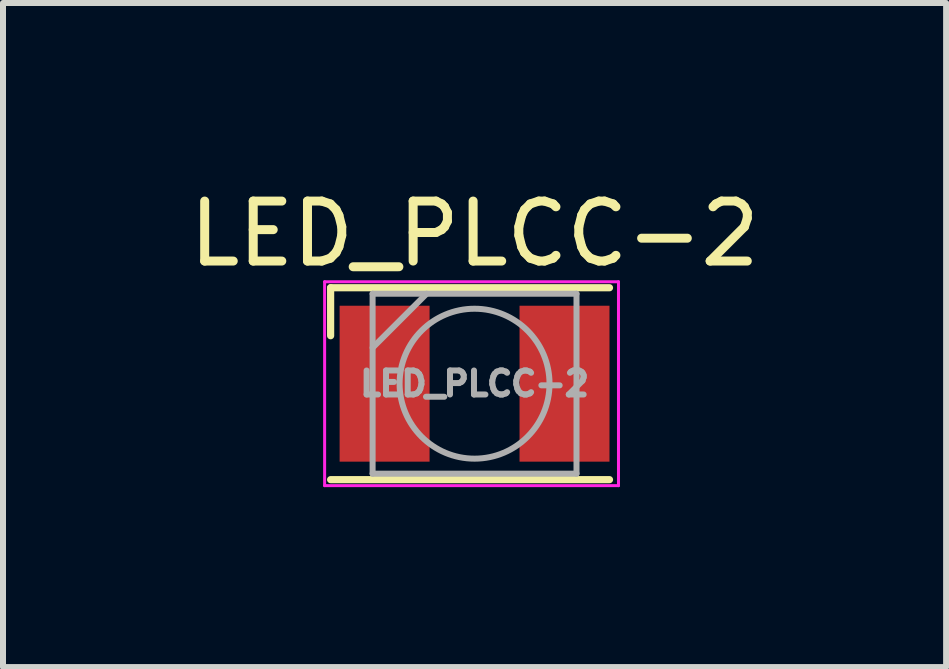
<source format=kicad_pcb>
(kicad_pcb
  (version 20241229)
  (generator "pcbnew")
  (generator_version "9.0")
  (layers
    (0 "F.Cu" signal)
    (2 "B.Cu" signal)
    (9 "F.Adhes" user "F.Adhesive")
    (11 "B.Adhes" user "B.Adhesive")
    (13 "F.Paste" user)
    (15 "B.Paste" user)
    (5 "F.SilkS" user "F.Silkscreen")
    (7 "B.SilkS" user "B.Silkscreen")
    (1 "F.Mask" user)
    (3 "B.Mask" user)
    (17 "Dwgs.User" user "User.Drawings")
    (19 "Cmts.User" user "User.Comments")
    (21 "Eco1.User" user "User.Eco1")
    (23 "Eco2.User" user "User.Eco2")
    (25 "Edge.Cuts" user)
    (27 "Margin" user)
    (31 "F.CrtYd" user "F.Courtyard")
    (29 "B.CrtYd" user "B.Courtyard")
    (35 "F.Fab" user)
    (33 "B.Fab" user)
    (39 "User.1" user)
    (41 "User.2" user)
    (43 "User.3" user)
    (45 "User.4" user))
  (footprint "LED_PLCC-2"
    (layer "F.Cu")
    (at 4.863 3.348)
    (property "Reference" "LED_PLCC-2" (at 0 -2.5 0) (layer "F.SilkS") (effects (font (size 1 1) (thickness 0.15))))
    (attr smd)
    (fp_line (start -2.4 -1.6) (end -2.4 -0.8) (stroke (width 0.12) (type solid)) (layer "F.SilkS"))
    (fp_line (start 2.25 -1.6) (end -2.4 -1.6) (stroke (width 0.12) (type solid)) (layer "F.SilkS"))
    (fp_line (start 2.25 1.6) (end -2.4 1.6) (stroke (width 0.12) (type solid)) (layer "F.SilkS"))
    (fp_line (start -2.5 -1.7) (end 2.4 -1.7) (stroke (width 0.05) (type solid)) (layer "F.CrtYd"))
    (fp_line (start -2.5 1.7) (end -2.5 -1.7) (stroke (width 0.05) (type solid)) (layer "F.CrtYd"))
    (fp_line (start 2.4 -1.7) (end 2.4 1.7) (stroke (width 0.05) (type solid)) (layer "F.CrtYd"))
    (fp_line (start 2.4 1.7) (end -2.5 1.7) (stroke (width 0.05) (type solid)) (layer "F.CrtYd"))
    (fp_line (start -1.7 -1.5) (end -1.7 1.5) (stroke (width 0.1) (type solid)) (layer "F.Fab"))
    (fp_line (start -1.7 -0.6) (end -0.8 -1.5) (stroke (width 0.1) (type solid)) (layer "F.Fab"))
    (fp_line (start -1.7 1.5) (end 1.7 1.5) (stroke (width 0.1) (type solid)) (layer "F.Fab"))
    (fp_line (start 1.7 -1.5) (end -1.7 -1.5) (stroke (width 0.1) (type solid)) (layer "F.Fab"))
    (fp_line (start 1.7 1.5) (end 1.7 -1.5) (stroke (width 0.1) (type solid)) (layer "F.Fab"))
    (fp_circle (center 0 0) (end 0 -1.25) (stroke (width 0.1) (type solid)) (fill no) (layer "F.Fab"))
    (fp_text user "${REFERENCE}" (at 0 0 0) (layer "F.Fab") (effects (font (size 0.4 0.4) (thickness 0.1))))
    (pad "1" smd rect (at -1.5 0) (size 1.5 2.6) (layers "F.Cu" "F.Mask" "F.Paste"))
    (pad "2" smd rect (at 1.5 0) (size 1.5 2.6) (layers "F.Cu" "F.Mask" "F.Paste")))
  (gr_rect
    (start -3 -3)
    (end 12.726 8.073)
    (stroke (width 0.1) (type default))
    (fill no)
    (layer "Edge.Cuts")))
</source>
